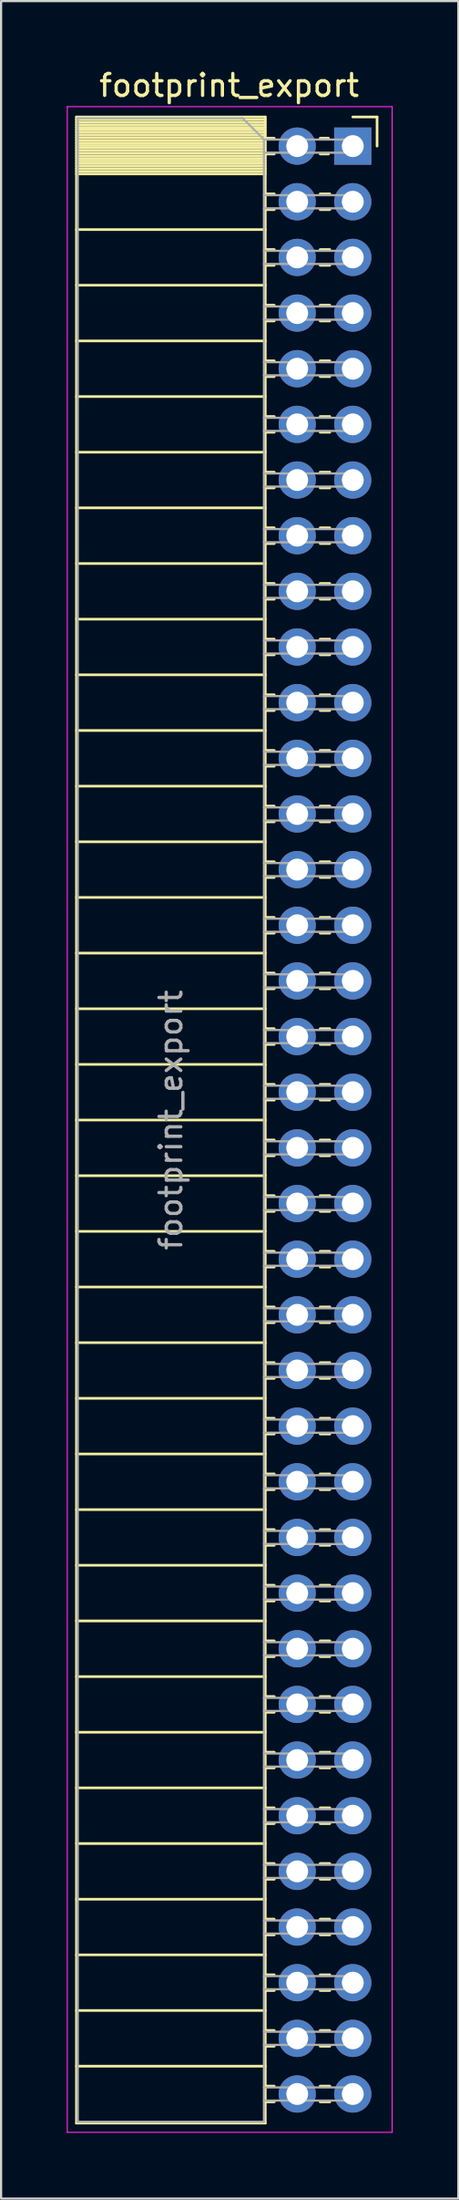
<source format=kicad_pcb>
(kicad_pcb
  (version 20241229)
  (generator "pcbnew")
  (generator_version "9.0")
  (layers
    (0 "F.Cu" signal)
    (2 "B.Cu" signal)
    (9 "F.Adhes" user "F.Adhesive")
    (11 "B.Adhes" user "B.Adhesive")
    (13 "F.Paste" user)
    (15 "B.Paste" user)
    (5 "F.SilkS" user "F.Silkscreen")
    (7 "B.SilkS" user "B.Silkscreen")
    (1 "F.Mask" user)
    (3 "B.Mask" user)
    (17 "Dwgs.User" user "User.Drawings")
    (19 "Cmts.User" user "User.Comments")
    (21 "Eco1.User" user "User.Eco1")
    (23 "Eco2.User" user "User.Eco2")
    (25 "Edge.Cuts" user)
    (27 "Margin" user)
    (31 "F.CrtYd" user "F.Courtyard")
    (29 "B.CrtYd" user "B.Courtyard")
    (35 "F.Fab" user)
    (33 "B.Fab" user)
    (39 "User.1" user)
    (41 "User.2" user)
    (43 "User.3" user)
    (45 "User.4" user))
  (footprint "footprint_export"
    (layer "F.Cu")
    (at 13.075 3.618)
    (property "Reference" "footprint_export" (at -5.65 -2.77 0) (layer "F.SilkS") (effects (font (size 1 1) (thickness 0.15))))
    (attr through_hole)
    (fp_line (start -12.63 -1.33) (end -12.63 90.23) (stroke (width 0.12) (type solid)) (layer "F.SilkS"))
    (fp_line (start -12.63 -1.33) (end -4 -1.33) (stroke (width 0.12) (type solid)) (layer "F.SilkS"))
    (fp_line (start -12.63 -1.21) (end -4 -1.21) (stroke (width 0.12) (type solid)) (layer "F.SilkS"))
    (fp_line (start -12.63 -1.092) (end -4 -1.092) (stroke (width 0.12) (type solid)) (layer "F.SilkS"))
    (fp_line (start -12.63 -0.974) (end -4 -0.974) (stroke (width 0.12) (type solid)) (layer "F.SilkS"))
    (fp_line (start -12.63 -0.856) (end -4 -0.856) (stroke (width 0.12) (type solid)) (layer "F.SilkS"))
    (fp_line (start -12.63 -0.738) (end -4 -0.738) (stroke (width 0.12) (type solid)) (layer "F.SilkS"))
    (fp_line (start -12.63 -0.62) (end -4 -0.62) (stroke (width 0.12) (type solid)) (layer "F.SilkS"))
    (fp_line (start -12.63 -0.501) (end -4 -0.501) (stroke (width 0.12) (type solid)) (layer "F.SilkS"))
    (fp_line (start -12.63 -0.383) (end -4 -0.383) (stroke (width 0.12) (type solid)) (layer "F.SilkS"))
    (fp_line (start -12.63 -0.265) (end -4 -0.265) (stroke (width 0.12) (type solid)) (layer "F.SilkS"))
    (fp_line (start -12.63 -0.147) (end -4 -0.147) (stroke (width 0.12) (type solid)) (layer "F.SilkS"))
    (fp_line (start -12.63 -0.029) (end -4 -0.029) (stroke (width 0.12) (type solid)) (layer "F.SilkS"))
    (fp_line (start -12.63 0.089) (end -4 0.089) (stroke (width 0.12) (type solid)) (layer "F.SilkS"))
    (fp_line (start -12.63 0.207) (end -4 0.207) (stroke (width 0.12) (type solid)) (layer "F.SilkS"))
    (fp_line (start -12.63 0.325) (end -4 0.325) (stroke (width 0.12) (type solid)) (layer "F.SilkS"))
    (fp_line (start -12.63 0.443) (end -4 0.443) (stroke (width 0.12) (type solid)) (layer "F.SilkS"))
    (fp_line (start -12.63 0.561) (end -4 0.561) (stroke (width 0.12) (type solid)) (layer "F.SilkS"))
    (fp_line (start -12.63 0.68) (end -4 0.68) (stroke (width 0.12) (type solid)) (layer "F.SilkS"))
    (fp_line (start -12.63 0.798) (end -4 0.798) (stroke (width 0.12) (type solid)) (layer "F.SilkS"))
    (fp_line (start -12.63 0.916) (end -4 0.916) (stroke (width 0.12) (type solid)) (layer "F.SilkS"))
    (fp_line (start -12.63 1.034) (end -4 1.034) (stroke (width 0.12) (type solid)) (layer "F.SilkS"))
    (fp_line (start -12.63 1.152) (end -4 1.152) (stroke (width 0.12) (type solid)) (layer "F.SilkS"))
    (fp_line (start -12.63 1.27) (end -4 1.27) (stroke (width 0.12) (type solid)) (layer "F.SilkS"))
    (fp_line (start -12.63 3.81) (end -4 3.81) (stroke (width 0.12) (type solid)) (layer "F.SilkS"))
    (fp_line (start -12.63 6.35) (end -4 6.35) (stroke (width 0.12) (type solid)) (layer "F.SilkS"))
    (fp_line (start -12.63 8.89) (end -4 8.89) (stroke (width 0.12) (type solid)) (layer "F.SilkS"))
    (fp_line (start -12.63 11.43) (end -4 11.43) (stroke (width 0.12) (type solid)) (layer "F.SilkS"))
    (fp_line (start -12.63 13.97) (end -4 13.97) (stroke (width 0.12) (type solid)) (layer "F.SilkS"))
    (fp_line (start -12.63 16.51) (end -4 16.51) (stroke (width 0.12) (type solid)) (layer "F.SilkS"))
    (fp_line (start -12.63 19.05) (end -4 19.05) (stroke (width 0.12) (type solid)) (layer "F.SilkS"))
    (fp_line (start -12.63 21.59) (end -4 21.59) (stroke (width 0.12) (type solid)) (layer "F.SilkS"))
    (fp_line (start -12.63 24.13) (end -4 24.13) (stroke (width 0.12) (type solid)) (layer "F.SilkS"))
    (fp_line (start -12.63 26.67) (end -4 26.67) (stroke (width 0.12) (type solid)) (layer "F.SilkS"))
    (fp_line (start -12.63 29.21) (end -4 29.21) (stroke (width 0.12) (type solid)) (layer "F.SilkS"))
    (fp_line (start -12.63 31.75) (end -4 31.75) (stroke (width 0.12) (type solid)) (layer "F.SilkS"))
    (fp_line (start -12.63 34.29) (end -4 34.29) (stroke (width 0.12) (type solid)) (layer "F.SilkS"))
    (fp_line (start -12.63 36.83) (end -4 36.83) (stroke (width 0.12) (type solid)) (layer "F.SilkS"))
    (fp_line (start -12.63 39.37) (end -4 39.37) (stroke (width 0.12) (type solid)) (layer "F.SilkS"))
    (fp_line (start -12.63 41.91) (end -4 41.91) (stroke (width 0.12) (type solid)) (layer "F.SilkS"))
    (fp_line (start -12.63 44.45) (end -4 44.45) (stroke (width 0.12) (type solid)) (layer "F.SilkS"))
    (fp_line (start -12.63 46.99) (end -4 46.99) (stroke (width 0.12) (type solid)) (layer "F.SilkS"))
    (fp_line (start -12.63 49.53) (end -4 49.53) (stroke (width 0.12) (type solid)) (layer "F.SilkS"))
    (fp_line (start -12.63 52.07) (end -4 52.07) (stroke (width 0.12) (type solid)) (layer "F.SilkS"))
    (fp_line (start -12.63 54.61) (end -4 54.61) (stroke (width 0.12) (type solid)) (layer "F.SilkS"))
    (fp_line (start -12.63 57.15) (end -4 57.15) (stroke (width 0.12) (type solid)) (layer "F.SilkS"))
    (fp_line (start -12.63 59.69) (end -4 59.69) (stroke (width 0.12) (type solid)) (layer "F.SilkS"))
    (fp_line (start -12.63 62.23) (end -4 62.23) (stroke (width 0.12) (type solid)) (layer "F.SilkS"))
    (fp_line (start -12.63 64.77) (end -4 64.77) (stroke (width 0.12) (type solid)) (layer "F.SilkS"))
    (fp_line (start -12.63 67.31) (end -4 67.31) (stroke (width 0.12) (type solid)) (layer "F.SilkS"))
    (fp_line (start -12.63 69.85) (end -4 69.85) (stroke (width 0.12) (type solid)) (layer "F.SilkS"))
    (fp_line (start -12.63 72.39) (end -4 72.39) (stroke (width 0.12) (type solid)) (layer "F.SilkS"))
    (fp_line (start -12.63 74.93) (end -4 74.93) (stroke (width 0.12) (type solid)) (layer "F.SilkS"))
    (fp_line (start -12.63 77.47) (end -4 77.47) (stroke (width 0.12) (type solid)) (layer "F.SilkS"))
    (fp_line (start -12.63 80.01) (end -4 80.01) (stroke (width 0.12) (type solid)) (layer "F.SilkS"))
    (fp_line (start -12.63 82.55) (end -4 82.55) (stroke (width 0.12) (type solid)) (layer "F.SilkS"))
    (fp_line (start -12.63 85.09) (end -4 85.09) (stroke (width 0.12) (type solid)) (layer "F.SilkS"))
    (fp_line (start -12.63 87.63) (end -4 87.63) (stroke (width 0.12) (type solid)) (layer "F.SilkS"))
    (fp_line (start -12.63 90.23) (end -4 90.23) (stroke (width 0.12) (type solid)) (layer "F.SilkS"))
    (fp_line (start -4 -1.33) (end -4 90.23) (stroke (width 0.12) (type solid)) (layer "F.SilkS"))
    (fp_line (start -4 -0.36) (end -3.59 -0.36) (stroke (width 0.12) (type solid)) (layer "F.SilkS"))
    (fp_line (start -4 0.36) (end -3.59 0.36) (stroke (width 0.12) (type solid)) (layer "F.SilkS"))
    (fp_line (start -4 2.18) (end -3.59 2.18) (stroke (width 0.12) (type solid)) (layer "F.SilkS"))
    (fp_line (start -4 2.9) (end -3.59 2.9) (stroke (width 0.12) (type solid)) (layer "F.SilkS"))
    (fp_line (start -4 4.72) (end -3.59 4.72) (stroke (width 0.12) (type solid)) (layer "F.SilkS"))
    (fp_line (start -4 5.44) (end -3.59 5.44) (stroke (width 0.12) (type solid)) (layer "F.SilkS"))
    (fp_line (start -4 7.26) (end -3.59 7.26) (stroke (width 0.12) (type solid)) (layer "F.SilkS"))
    (fp_line (start -4 7.98) (end -3.59 7.98) (stroke (width 0.12) (type solid)) (layer "F.SilkS"))
    (fp_line (start -4 9.8) (end -3.59 9.8) (stroke (width 0.12) (type solid)) (layer "F.SilkS"))
    (fp_line (start -4 10.52) (end -3.59 10.52) (stroke (width 0.12) (type solid)) (layer "F.SilkS"))
    (fp_line (start -4 12.34) (end -3.59 12.34) (stroke (width 0.12) (type solid)) (layer "F.SilkS"))
    (fp_line (start -4 13.06) (end -3.59 13.06) (stroke (width 0.12) (type solid)) (layer "F.SilkS"))
    (fp_line (start -4 14.88) (end -3.59 14.88) (stroke (width 0.12) (type solid)) (layer "F.SilkS"))
    (fp_line (start -4 15.6) (end -3.59 15.6) (stroke (width 0.12) (type solid)) (layer "F.SilkS"))
    (fp_line (start -4 17.42) (end -3.59 17.42) (stroke (width 0.12) (type solid)) (layer "F.SilkS"))
    (fp_line (start -4 18.14) (end -3.59 18.14) (stroke (width 0.12) (type solid)) (layer "F.SilkS"))
    (fp_line (start -4 19.96) (end -3.59 19.96) (stroke (width 0.12) (type solid)) (layer "F.SilkS"))
    (fp_line (start -4 20.68) (end -3.59 20.68) (stroke (width 0.12) (type solid)) (layer "F.SilkS"))
    (fp_line (start -4 22.5) (end -3.59 22.5) (stroke (width 0.12) (type solid)) (layer "F.SilkS"))
    (fp_line (start -4 23.22) (end -3.59 23.22) (stroke (width 0.12) (type solid)) (layer "F.SilkS"))
    (fp_line (start -4 25.04) (end -3.59 25.04) (stroke (width 0.12) (type solid)) (layer "F.SilkS"))
    (fp_line (start -4 25.76) (end -3.59 25.76) (stroke (width 0.12) (type solid)) (layer "F.SilkS"))
    (fp_line (start -4 27.58) (end -3.59 27.58) (stroke (width 0.12) (type solid)) (layer "F.SilkS"))
    (fp_line (start -4 28.3) (end -3.59 28.3) (stroke (width 0.12) (type solid)) (layer "F.SilkS"))
    (fp_line (start -4 30.12) (end -3.59 30.12) (stroke (width 0.12) (type solid)) (layer "F.SilkS"))
    (fp_line (start -4 30.84) (end -3.59 30.84) (stroke (width 0.12) (type solid)) (layer "F.SilkS"))
    (fp_line (start -4 32.66) (end -3.59 32.66) (stroke (width 0.12) (type solid)) (layer "F.SilkS"))
    (fp_line (start -4 33.38) (end -3.59 33.38) (stroke (width 0.12) (type solid)) (layer "F.SilkS"))
    (fp_line (start -4 35.2) (end -3.59 35.2) (stroke (width 0.12) (type solid)) (layer "F.SilkS"))
    (fp_line (start -4 35.92) (end -3.59 35.92) (stroke (width 0.12) (type solid)) (layer "F.SilkS"))
    (fp_line (start -4 37.74) (end -3.59 37.74) (stroke (width 0.12) (type solid)) (layer "F.SilkS"))
    (fp_line (start -4 38.46) (end -3.59 38.46) (stroke (width 0.12) (type solid)) (layer "F.SilkS"))
    (fp_line (start -4 40.28) (end -3.59 40.28) (stroke (width 0.12) (type solid)) (layer "F.SilkS"))
    (fp_line (start -4 41) (end -3.59 41) (stroke (width 0.12) (type solid)) (layer "F.SilkS"))
    (fp_line (start -4 42.82) (end -3.59 42.82) (stroke (width 0.12) (type solid)) (layer "F.SilkS"))
    (fp_line (start -4 43.54) (end -3.59 43.54) (stroke (width 0.12) (type solid)) (layer "F.SilkS"))
    (fp_line (start -4 45.36) (end -3.59 45.36) (stroke (width 0.12) (type solid)) (layer "F.SilkS"))
    (fp_line (start -4 46.08) (end -3.59 46.08) (stroke (width 0.12) (type solid)) (layer "F.SilkS"))
    (fp_line (start -4 47.9) (end -3.59 47.9) (stroke (width 0.12) (type solid)) (layer "F.SilkS"))
    (fp_line (start -4 48.62) (end -3.59 48.62) (stroke (width 0.12) (type solid)) (layer "F.SilkS"))
    (fp_line (start -4 50.44) (end -3.59 50.44) (stroke (width 0.12) (type solid)) (layer "F.SilkS"))
    (fp_line (start -4 51.16) (end -3.59 51.16) (stroke (width 0.12) (type solid)) (layer "F.SilkS"))
    (fp_line (start -4 52.98) (end -3.59 52.98) (stroke (width 0.12) (type solid)) (layer "F.SilkS"))
    (fp_line (start -4 53.7) (end -3.59 53.7) (stroke (width 0.12) (type solid)) (layer "F.SilkS"))
    (fp_line (start -4 55.52) (end -3.59 55.52) (stroke (width 0.12) (type solid)) (layer "F.SilkS"))
    (fp_line (start -4 56.24) (end -3.59 56.24) (stroke (width 0.12) (type solid)) (layer "F.SilkS"))
    (fp_line (start -4 58.06) (end -3.59 58.06) (stroke (width 0.12) (type solid)) (layer "F.SilkS"))
    (fp_line (start -4 58.78) (end -3.59 58.78) (stroke (width 0.12) (type solid)) (layer "F.SilkS"))
    (fp_line (start -4 60.6) (end -3.59 60.6) (stroke (width 0.12) (type solid)) (layer "F.SilkS"))
    (fp_line (start -4 61.32) (end -3.59 61.32) (stroke (width 0.12) (type solid)) (layer "F.SilkS"))
    (fp_line (start -4 63.14) (end -3.59 63.14) (stroke (width 0.12) (type solid)) (layer "F.SilkS"))
    (fp_line (start -4 63.86) (end -3.59 63.86) (stroke (width 0.12) (type solid)) (layer "F.SilkS"))
    (fp_line (start -4 65.68) (end -3.59 65.68) (stroke (width 0.12) (type solid)) (layer "F.SilkS"))
    (fp_line (start -4 66.4) (end -3.59 66.4) (stroke (width 0.12) (type solid)) (layer "F.SilkS"))
    (fp_line (start -4 68.22) (end -3.59 68.22) (stroke (width 0.12) (type solid)) (layer "F.SilkS"))
    (fp_line (start -4 68.94) (end -3.59 68.94) (stroke (width 0.12) (type solid)) (layer "F.SilkS"))
    (fp_line (start -4 70.76) (end -3.59 70.76) (stroke (width 0.12) (type solid)) (layer "F.SilkS"))
    (fp_line (start -4 71.48) (end -3.59 71.48) (stroke (width 0.12) (type solid)) (layer "F.SilkS"))
    (fp_line (start -4 73.3) (end -3.59 73.3) (stroke (width 0.12) (type solid)) (layer "F.SilkS"))
    (fp_line (start -4 74.02) (end -3.59 74.02) (stroke (width 0.12) (type solid)) (layer "F.SilkS"))
    (fp_line (start -4 75.84) (end -3.59 75.84) (stroke (width 0.12) (type solid)) (layer "F.SilkS"))
    (fp_line (start -4 76.56) (end -3.59 76.56) (stroke (width 0.12) (type solid)) (layer "F.SilkS"))
    (fp_line (start -4 78.38) (end -3.59 78.38) (stroke (width 0.12) (type solid)) (layer "F.SilkS"))
    (fp_line (start -4 79.1) (end -3.59 79.1) (stroke (width 0.12) (type solid)) (layer "F.SilkS"))
    (fp_line (start -4 80.92) (end -3.59 80.92) (stroke (width 0.12) (type solid)) (layer "F.SilkS"))
    (fp_line (start -4 81.64) (end -3.59 81.64) (stroke (width 0.12) (type solid)) (layer "F.SilkS"))
    (fp_line (start -4 83.46) (end -3.59 83.46) (stroke (width 0.12) (type solid)) (layer "F.SilkS"))
    (fp_line (start -4 84.18) (end -3.59 84.18) (stroke (width 0.12) (type solid)) (layer "F.SilkS"))
    (fp_line (start -4 86) (end -3.59 86) (stroke (width 0.12) (type solid)) (layer "F.SilkS"))
    (fp_line (start -4 86.72) (end -3.59 86.72) (stroke (width 0.12) (type solid)) (layer "F.SilkS"))
    (fp_line (start -4 88.54) (end -3.59 88.54) (stroke (width 0.12) (type solid)) (layer "F.SilkS"))
    (fp_line (start -4 89.26) (end -3.59 89.26) (stroke (width 0.12) (type solid)) (layer "F.SilkS"))
    (fp_line (start -1.49 -0.36) (end -1.11 -0.36) (stroke (width 0.12) (type solid)) (layer "F.SilkS"))
    (fp_line (start -1.49 0.36) (end -1.11 0.36) (stroke (width 0.12) (type solid)) (layer "F.SilkS"))
    (fp_line (start -1.49 2.18) (end -1.05 2.18) (stroke (width 0.12) (type solid)) (layer "F.SilkS"))
    (fp_line (start -1.49 2.9) (end -1.05 2.9) (stroke (width 0.12) (type solid)) (layer "F.SilkS"))
    (fp_line (start -1.49 4.72) (end -1.05 4.72) (stroke (width 0.12) (type solid)) (layer "F.SilkS"))
    (fp_line (start -1.49 5.44) (end -1.05 5.44) (stroke (width 0.12) (type solid)) (layer "F.SilkS"))
    (fp_line (start -1.49 7.26) (end -1.05 7.26) (stroke (width 0.12) (type solid)) (layer "F.SilkS"))
    (fp_line (start -1.49 7.98) (end -1.05 7.98) (stroke (width 0.12) (type solid)) (layer "F.SilkS"))
    (fp_line (start -1.49 9.8) (end -1.05 9.8) (stroke (width 0.12) (type solid)) (layer "F.SilkS"))
    (fp_line (start -1.49 10.52) (end -1.05 10.52) (stroke (width 0.12) (type solid)) (layer "F.SilkS"))
    (fp_line (start -1.49 12.34) (end -1.05 12.34) (stroke (width 0.12) (type solid)) (layer "F.SilkS"))
    (fp_line (start -1.49 13.06) (end -1.05 13.06) (stroke (width 0.12) (type solid)) (layer "F.SilkS"))
    (fp_line (start -1.49 14.88) (end -1.05 14.88) (stroke (width 0.12) (type solid)) (layer "F.SilkS"))
    (fp_line (start -1.49 15.6) (end -1.05 15.6) (stroke (width 0.12) (type solid)) (layer "F.SilkS"))
    (fp_line (start -1.49 17.42) (end -1.05 17.42) (stroke (width 0.12) (type solid)) (layer "F.SilkS"))
    (fp_line (start -1.49 18.14) (end -1.05 18.14) (stroke (width 0.12) (type solid)) (layer "F.SilkS"))
    (fp_line (start -1.49 19.96) (end -1.05 19.96) (stroke (width 0.12) (type solid)) (layer "F.SilkS"))
    (fp_line (start -1.49 20.68) (end -1.05 20.68) (stroke (width 0.12) (type solid)) (layer "F.SilkS"))
    (fp_line (start -1.49 22.5) (end -1.05 22.5) (stroke (width 0.12) (type solid)) (layer "F.SilkS"))
    (fp_line (start -1.49 23.22) (end -1.05 23.22) (stroke (width 0.12) (type solid)) (layer "F.SilkS"))
    (fp_line (start -1.49 25.04) (end -1.05 25.04) (stroke (width 0.12) (type solid)) (layer "F.SilkS"))
    (fp_line (start -1.49 25.76) (end -1.05 25.76) (stroke (width 0.12) (type solid)) (layer "F.SilkS"))
    (fp_line (start -1.49 27.58) (end -1.05 27.58) (stroke (width 0.12) (type solid)) (layer "F.SilkS"))
    (fp_line (start -1.49 28.3) (end -1.05 28.3) (stroke (width 0.12) (type solid)) (layer "F.SilkS"))
    (fp_line (start -1.49 30.12) (end -1.05 30.12) (stroke (width 0.12) (type solid)) (layer "F.SilkS"))
    (fp_line (start -1.49 30.84) (end -1.05 30.84) (stroke (width 0.12) (type solid)) (layer "F.SilkS"))
    (fp_line (start -1.49 32.66) (end -1.05 32.66) (stroke (width 0.12) (type solid)) (layer "F.SilkS"))
    (fp_line (start -1.49 33.38) (end -1.05 33.38) (stroke (width 0.12) (type solid)) (layer "F.SilkS"))
    (fp_line (start -1.49 35.2) (end -1.05 35.2) (stroke (width 0.12) (type solid)) (layer "F.SilkS"))
    (fp_line (start -1.49 35.92) (end -1.05 35.92) (stroke (width 0.12) (type solid)) (layer "F.SilkS"))
    (fp_line (start -1.49 37.74) (end -1.05 37.74) (stroke (width 0.12) (type solid)) (layer "F.SilkS"))
    (fp_line (start -1.49 38.46) (end -1.05 38.46) (stroke (width 0.12) (type solid)) (layer "F.SilkS"))
    (fp_line (start -1.49 40.28) (end -1.05 40.28) (stroke (width 0.12) (type solid)) (layer "F.SilkS"))
    (fp_line (start -1.49 41) (end -1.05 41) (stroke (width 0.12) (type solid)) (layer "F.SilkS"))
    (fp_line (start -1.49 42.82) (end -1.05 42.82) (stroke (width 0.12) (type solid)) (layer "F.SilkS"))
    (fp_line (start -1.49 43.54) (end -1.05 43.54) (stroke (width 0.12) (type solid)) (layer "F.SilkS"))
    (fp_line (start -1.49 45.36) (end -1.05 45.36) (stroke (width 0.12) (type solid)) (layer "F.SilkS"))
    (fp_line (start -1.49 46.08) (end -1.05 46.08) (stroke (width 0.12) (type solid)) (layer "F.SilkS"))
    (fp_line (start -1.49 47.9) (end -1.05 47.9) (stroke (width 0.12) (type solid)) (layer "F.SilkS"))
    (fp_line (start -1.49 48.62) (end -1.05 48.62) (stroke (width 0.12) (type solid)) (layer "F.SilkS"))
    (fp_line (start -1.49 50.44) (end -1.05 50.44) (stroke (width 0.12) (type solid)) (layer "F.SilkS"))
    (fp_line (start -1.49 51.16) (end -1.05 51.16) (stroke (width 0.12) (type solid)) (layer "F.SilkS"))
    (fp_line (start -1.49 52.98) (end -1.05 52.98) (stroke (width 0.12) (type solid)) (layer "F.SilkS"))
    (fp_line (start -1.49 53.7) (end -1.05 53.7) (stroke (width 0.12) (type solid)) (layer "F.SilkS"))
    (fp_line (start -1.49 55.52) (end -1.05 55.52) (stroke (width 0.12) (type solid)) (layer "F.SilkS"))
    (fp_line (start -1.49 56.24) (end -1.05 56.24) (stroke (width 0.12) (type solid)) (layer "F.SilkS"))
    (fp_line (start -1.49 58.06) (end -1.05 58.06) (stroke (width 0.12) (type solid)) (layer "F.SilkS"))
    (fp_line (start -1.49 58.78) (end -1.05 58.78) (stroke (width 0.12) (type solid)) (layer "F.SilkS"))
    (fp_line (start -1.49 60.6) (end -1.05 60.6) (stroke (width 0.12) (type solid)) (layer "F.SilkS"))
    (fp_line (start -1.49 61.32) (end -1.05 61.32) (stroke (width 0.12) (type solid)) (layer "F.SilkS"))
    (fp_line (start -1.49 63.14) (end -1.05 63.14) (stroke (width 0.12) (type solid)) (layer "F.SilkS"))
    (fp_line (start -1.49 63.86) (end -1.05 63.86) (stroke (width 0.12) (type solid)) (layer "F.SilkS"))
    (fp_line (start -1.49 65.68) (end -1.05 65.68) (stroke (width 0.12) (type solid)) (layer "F.SilkS"))
    (fp_line (start -1.49 66.4) (end -1.05 66.4) (stroke (width 0.12) (type solid)) (layer "F.SilkS"))
    (fp_line (start -1.49 68.22) (end -1.05 68.22) (stroke (width 0.12) (type solid)) (layer "F.SilkS"))
    (fp_line (start -1.49 68.94) (end -1.05 68.94) (stroke (width 0.12) (type solid)) (layer "F.SilkS"))
    (fp_line (start -1.49 70.76) (end -1.05 70.76) (stroke (width 0.12) (type solid)) (layer "F.SilkS"))
    (fp_line (start -1.49 71.48) (end -1.05 71.48) (stroke (width 0.12) (type solid)) (layer "F.SilkS"))
    (fp_line (start -1.49 73.3) (end -1.05 73.3) (stroke (width 0.12) (type solid)) (layer "F.SilkS"))
    (fp_line (start -1.49 74.02) (end -1.05 74.02) (stroke (width 0.12) (type solid)) (layer "F.SilkS"))
    (fp_line (start -1.49 75.84) (end -1.05 75.84) (stroke (width 0.12) (type solid)) (layer "F.SilkS"))
    (fp_line (start -1.49 76.56) (end -1.05 76.56) (stroke (width 0.12) (type solid)) (layer "F.SilkS"))
    (fp_line (start -1.49 78.38) (end -1.05 78.38) (stroke (width 0.12) (type solid)) (layer "F.SilkS"))
    (fp_line (start -1.49 79.1) (end -1.05 79.1) (stroke (width 0.12) (type solid)) (layer "F.SilkS"))
    (fp_line (start -1.49 80.92) (end -1.05 80.92) (stroke (width 0.12) (type solid)) (layer "F.SilkS"))
    (fp_line (start -1.49 81.64) (end -1.05 81.64) (stroke (width 0.12) (type solid)) (layer "F.SilkS"))
    (fp_line (start -1.49 83.46) (end -1.05 83.46) (stroke (width 0.12) (type solid)) (layer "F.SilkS"))
    (fp_line (start -1.49 84.18) (end -1.05 84.18) (stroke (width 0.12) (type solid)) (layer "F.SilkS"))
    (fp_line (start -1.49 86) (end -1.05 86) (stroke (width 0.12) (type solid)) (layer "F.SilkS"))
    (fp_line (start -1.49 86.72) (end -1.05 86.72) (stroke (width 0.12) (type solid)) (layer "F.SilkS"))
    (fp_line (start -1.49 88.54) (end -1.05 88.54) (stroke (width 0.12) (type solid)) (layer "F.SilkS"))
    (fp_line (start -1.49 89.26) (end -1.05 89.26) (stroke (width 0.12) (type solid)) (layer "F.SilkS"))
    (fp_line (start 0 -1.33) (end 1.11 -1.33) (stroke (width 0.12) (type solid)) (layer "F.SilkS"))
    (fp_line (start 1.11 -1.33) (end 1.11 0) (stroke (width 0.12) (type solid)) (layer "F.SilkS"))
    (fp_line (start -13.05 -1.8) (end -13.05 90.65) (stroke (width 0.05) (type solid)) (layer "F.CrtYd"))
    (fp_line (start -13.05 90.65) (end 1.8 90.65) (stroke (width 0.05) (type solid)) (layer "F.CrtYd"))
    (fp_line (start 1.8 -1.8) (end -13.05 -1.8) (stroke (width 0.05) (type solid)) (layer "F.CrtYd"))
    (fp_line (start 1.8 90.65) (end 1.8 -1.8) (stroke (width 0.05) (type solid)) (layer "F.CrtYd"))
    (fp_line (start -12.57 -1.27) (end -5.03 -1.27) (stroke (width 0.1) (type solid)) (layer "F.Fab"))
    (fp_line (start -12.57 90.17) (end -12.57 -1.27) (stroke (width 0.1) (type solid)) (layer "F.Fab"))
    (fp_line (start -5.03 -1.27) (end -4.06 -0.3) (stroke (width 0.1) (type solid)) (layer "F.Fab"))
    (fp_line (start -4.06 -0.3) (end -4.06 90.17) (stroke (width 0.1) (type solid)) (layer "F.Fab"))
    (fp_line (start -4.06 0.3) (end 0 0.3) (stroke (width 0.1) (type solid)) (layer "F.Fab"))
    (fp_line (start -4.06 2.84) (end 0 2.84) (stroke (width 0.1) (type solid)) (layer "F.Fab"))
    (fp_line (start -4.06 5.38) (end 0 5.38) (stroke (width 0.1) (type solid)) (layer "F.Fab"))
    (fp_line (start -4.06 7.92) (end 0 7.92) (stroke (width 0.1) (type solid)) (layer "F.Fab"))
    (fp_line (start -4.06 10.46) (end 0 10.46) (stroke (width 0.1) (type solid)) (layer "F.Fab"))
    (fp_line (start -4.06 13) (end 0 13) (stroke (width 0.1) (type solid)) (layer "F.Fab"))
    (fp_line (start -4.06 15.54) (end 0 15.54) (stroke (width 0.1) (type solid)) (layer "F.Fab"))
    (fp_line (start -4.06 18.08) (end 0 18.08) (stroke (width 0.1) (type solid)) (layer "F.Fab"))
    (fp_line (start -4.06 20.62) (end 0 20.62) (stroke (width 0.1) (type solid)) (layer "F.Fab"))
    (fp_line (start -4.06 23.16) (end 0 23.16) (stroke (width 0.1) (type solid)) (layer "F.Fab"))
    (fp_line (start -4.06 25.7) (end 0 25.7) (stroke (width 0.1) (type solid)) (layer "F.Fab"))
    (fp_line (start -4.06 28.24) (end 0 28.24) (stroke (width 0.1) (type solid)) (layer "F.Fab"))
    (fp_line (start -4.06 30.78) (end 0 30.78) (stroke (width 0.1) (type solid)) (layer "F.Fab"))
    (fp_line (start -4.06 33.32) (end 0 33.32) (stroke (width 0.1) (type solid)) (layer "F.Fab"))
    (fp_line (start -4.06 35.86) (end 0 35.86) (stroke (width 0.1) (type solid)) (layer "F.Fab"))
    (fp_line (start -4.06 38.4) (end 0 38.4) (stroke (width 0.1) (type solid)) (layer "F.Fab"))
    (fp_line (start -4.06 40.94) (end 0 40.94) (stroke (width 0.1) (type solid)) (layer "F.Fab"))
    (fp_line (start -4.06 43.48) (end 0 43.48) (stroke (width 0.1) (type solid)) (layer "F.Fab"))
    (fp_line (start -4.06 46.02) (end 0 46.02) (stroke (width 0.1) (type solid)) (layer "F.Fab"))
    (fp_line (start -4.06 48.56) (end 0 48.56) (stroke (width 0.1) (type solid)) (layer "F.Fab"))
    (fp_line (start -4.06 51.1) (end 0 51.1) (stroke (width 0.1) (type solid)) (layer "F.Fab"))
    (fp_line (start -4.06 53.64) (end 0 53.64) (stroke (width 0.1) (type solid)) (layer "F.Fab"))
    (fp_line (start -4.06 56.18) (end 0 56.18) (stroke (width 0.1) (type solid)) (layer "F.Fab"))
    (fp_line (start -4.06 58.72) (end 0 58.72) (stroke (width 0.1) (type solid)) (layer "F.Fab"))
    (fp_line (start -4.06 61.26) (end 0 61.26) (stroke (width 0.1) (type solid)) (layer "F.Fab"))
    (fp_line (start -4.06 63.8) (end 0 63.8) (stroke (width 0.1) (type solid)) (layer "F.Fab"))
    (fp_line (start -4.06 66.34) (end 0 66.34) (stroke (width 0.1) (type solid)) (layer "F.Fab"))
    (fp_line (start -4.06 68.88) (end 0 68.88) (stroke (width 0.1) (type solid)) (layer "F.Fab"))
    (fp_line (start -4.06 71.42) (end 0 71.42) (stroke (width 0.1) (type solid)) (layer "F.Fab"))
    (fp_line (start -4.06 73.96) (end 0 73.96) (stroke (width 0.1) (type solid)) (layer "F.Fab"))
    (fp_line (start -4.06 76.5) (end 0 76.5) (stroke (width 0.1) (type solid)) (layer "F.Fab"))
    (fp_line (start -4.06 79.04) (end 0 79.04) (stroke (width 0.1) (type solid)) (layer "F.Fab"))
    (fp_line (start -4.06 81.58) (end 0 81.58) (stroke (width 0.1) (type solid)) (layer "F.Fab"))
    (fp_line (start -4.06 84.12) (end 0 84.12) (stroke (width 0.1) (type solid)) (layer "F.Fab"))
    (fp_line (start -4.06 86.66) (end 0 86.66) (stroke (width 0.1) (type solid)) (layer "F.Fab"))
    (fp_line (start -4.06 89.2) (end 0 89.2) (stroke (width 0.1) (type solid)) (layer "F.Fab"))
    (fp_line (start -4.06 90.17) (end -12.57 90.17) (stroke (width 0.1) (type solid)) (layer "F.Fab"))
    (fp_line (start 0 -0.3) (end -4.06 -0.3) (stroke (width 0.1) (type solid)) (layer "F.Fab"))
    (fp_line (start 0 0.3) (end 0 -0.3) (stroke (width 0.1) (type solid)) (layer "F.Fab"))
    (fp_line (start 0 2.24) (end -4.06 2.24) (stroke (width 0.1) (type solid)) (layer "F.Fab"))
    (fp_line (start 0 2.84) (end 0 2.24) (stroke (width 0.1) (type solid)) (layer "F.Fab"))
    (fp_line (start 0 4.78) (end -4.06 4.78) (stroke (width 0.1) (type solid)) (layer "F.Fab"))
    (fp_line (start 0 5.38) (end 0 4.78) (stroke (width 0.1) (type solid)) (layer "F.Fab"))
    (fp_line (start 0 7.32) (end -4.06 7.32) (stroke (width 0.1) (type solid)) (layer "F.Fab"))
    (fp_line (start 0 7.92) (end 0 7.32) (stroke (width 0.1) (type solid)) (layer "F.Fab"))
    (fp_line (start 0 9.86) (end -4.06 9.86) (stroke (width 0.1) (type solid)) (layer "F.Fab"))
    (fp_line (start 0 10.46) (end 0 9.86) (stroke (width 0.1) (type solid)) (layer "F.Fab"))
    (fp_line (start 0 12.4) (end -4.06 12.4) (stroke (width 0.1) (type solid)) (layer "F.Fab"))
    (fp_line (start 0 13) (end 0 12.4) (stroke (width 0.1) (type solid)) (layer "F.Fab"))
    (fp_line (start 0 14.94) (end -4.06 14.94) (stroke (width 0.1) (type solid)) (layer "F.Fab"))
    (fp_line (start 0 15.54) (end 0 14.94) (stroke (width 0.1) (type solid)) (layer "F.Fab"))
    (fp_line (start 0 17.48) (end -4.06 17.48) (stroke (width 0.1) (type solid)) (layer "F.Fab"))
    (fp_line (start 0 18.08) (end 0 17.48) (stroke (width 0.1) (type solid)) (layer "F.Fab"))
    (fp_line (start 0 20.02) (end -4.06 20.02) (stroke (width 0.1) (type solid)) (layer "F.Fab"))
    (fp_line (start 0 20.62) (end 0 20.02) (stroke (width 0.1) (type solid)) (layer "F.Fab"))
    (fp_line (start 0 22.56) (end -4.06 22.56) (stroke (width 0.1) (type solid)) (layer "F.Fab"))
    (fp_line (start 0 23.16) (end 0 22.56) (stroke (width 0.1) (type solid)) (layer "F.Fab"))
    (fp_line (start 0 25.1) (end -4.06 25.1) (stroke (width 0.1) (type solid)) (layer "F.Fab"))
    (fp_line (start 0 25.7) (end 0 25.1) (stroke (width 0.1) (type solid)) (layer "F.Fab"))
    (fp_line (start 0 27.64) (end -4.06 27.64) (stroke (width 0.1) (type solid)) (layer "F.Fab"))
    (fp_line (start 0 28.24) (end 0 27.64) (stroke (width 0.1) (type solid)) (layer "F.Fab"))
    (fp_line (start 0 30.18) (end -4.06 30.18) (stroke (width 0.1) (type solid)) (layer "F.Fab"))
    (fp_line (start 0 30.78) (end 0 30.18) (stroke (width 0.1) (type solid)) (layer "F.Fab"))
    (fp_line (start 0 32.72) (end -4.06 32.72) (stroke (width 0.1) (type solid)) (layer "F.Fab"))
    (fp_line (start 0 33.32) (end 0 32.72) (stroke (width 0.1) (type solid)) (layer "F.Fab"))
    (fp_line (start 0 35.26) (end -4.06 35.26) (stroke (width 0.1) (type solid)) (layer "F.Fab"))
    (fp_line (start 0 35.86) (end 0 35.26) (stroke (width 0.1) (type solid)) (layer "F.Fab"))
    (fp_line (start 0 37.8) (end -4.06 37.8) (stroke (width 0.1) (type solid)) (layer "F.Fab"))
    (fp_line (start 0 38.4) (end 0 37.8) (stroke (width 0.1) (type solid)) (layer "F.Fab"))
    (fp_line (start 0 40.34) (end -4.06 40.34) (stroke (width 0.1) (type solid)) (layer "F.Fab"))
    (fp_line (start 0 40.94) (end 0 40.34) (stroke (width 0.1) (type solid)) (layer "F.Fab"))
    (fp_line (start 0 42.88) (end -4.06 42.88) (stroke (width 0.1) (type solid)) (layer "F.Fab"))
    (fp_line (start 0 43.48) (end 0 42.88) (stroke (width 0.1) (type solid)) (layer "F.Fab"))
    (fp_line (start 0 45.42) (end -4.06 45.42) (stroke (width 0.1) (type solid)) (layer "F.Fab"))
    (fp_line (start 0 46.02) (end 0 45.42) (stroke (width 0.1) (type solid)) (layer "F.Fab"))
    (fp_line (start 0 47.96) (end -4.06 47.96) (stroke (width 0.1) (type solid)) (layer "F.Fab"))
    (fp_line (start 0 48.56) (end 0 47.96) (stroke (width 0.1) (type solid)) (layer "F.Fab"))
    (fp_line (start 0 50.5) (end -4.06 50.5) (stroke (width 0.1) (type solid)) (layer "F.Fab"))
    (fp_line (start 0 51.1) (end 0 50.5) (stroke (width 0.1) (type solid)) (layer "F.Fab"))
    (fp_line (start 0 53.04) (end -4.06 53.04) (stroke (width 0.1) (type solid)) (layer "F.Fab"))
    (fp_line (start 0 53.64) (end 0 53.04) (stroke (width 0.1) (type solid)) (layer "F.Fab"))
    (fp_line (start 0 55.58) (end -4.06 55.58) (stroke (width 0.1) (type solid)) (layer "F.Fab"))
    (fp_line (start 0 56.18) (end 0 55.58) (stroke (width 0.1) (type solid)) (layer "F.Fab"))
    (fp_line (start 0 58.12) (end -4.06 58.12) (stroke (width 0.1) (type solid)) (layer "F.Fab"))
    (fp_line (start 0 58.72) (end 0 58.12) (stroke (width 0.1) (type solid)) (layer "F.Fab"))
    (fp_line (start 0 60.66) (end -4.06 60.66) (stroke (width 0.1) (type solid)) (layer "F.Fab"))
    (fp_line (start 0 61.26) (end 0 60.66) (stroke (width 0.1) (type solid)) (layer "F.Fab"))
    (fp_line (start 0 63.2) (end -4.06 63.2) (stroke (width 0.1) (type solid)) (layer "F.Fab"))
    (fp_line (start 0 63.8) (end 0 63.2) (stroke (width 0.1) (type solid)) (layer "F.Fab"))
    (fp_line (start 0 65.74) (end -4.06 65.74) (stroke (width 0.1) (type solid)) (layer "F.Fab"))
    (fp_line (start 0 66.34) (end 0 65.74) (stroke (width 0.1) (type solid)) (layer "F.Fab"))
    (fp_line (start 0 68.28) (end -4.06 68.28) (stroke (width 0.1) (type solid)) (layer "F.Fab"))
    (fp_line (start 0 68.88) (end 0 68.28) (stroke (width 0.1) (type solid)) (layer "F.Fab"))
    (fp_line (start 0 70.82) (end -4.06 70.82) (stroke (width 0.1) (type solid)) (layer "F.Fab"))
    (fp_line (start 0 71.42) (end 0 70.82) (stroke (width 0.1) (type solid)) (layer "F.Fab"))
    (fp_line (start 0 73.36) (end -4.06 73.36) (stroke (width 0.1) (type solid)) (layer "F.Fab"))
    (fp_line (start 0 73.96) (end 0 73.36) (stroke (width 0.1) (type solid)) (layer "F.Fab"))
    (fp_line (start 0 75.9) (end -4.06 75.9) (stroke (width 0.1) (type solid)) (layer "F.Fab"))
    (fp_line (start 0 76.5) (end 0 75.9) (stroke (width 0.1) (type solid)) (layer "F.Fab"))
    (fp_line (start 0 78.44) (end -4.06 78.44) (stroke (width 0.1) (type solid)) (layer "F.Fab"))
    (fp_line (start 0 79.04) (end 0 78.44) (stroke (width 0.1) (type solid)) (layer "F.Fab"))
    (fp_line (start 0 80.98) (end -4.06 80.98) (stroke (width 0.1) (type solid)) (layer "F.Fab"))
    (fp_line (start 0 81.58) (end 0 80.98) (stroke (width 0.1) (type solid)) (layer "F.Fab"))
    (fp_line (start 0 83.52) (end -4.06 83.52) (stroke (width 0.1) (type solid)) (layer "F.Fab"))
    (fp_line (start 0 84.12) (end 0 83.52) (stroke (width 0.1) (type solid)) (layer "F.Fab"))
    (fp_line (start 0 86.06) (end -4.06 86.06) (stroke (width 0.1) (type solid)) (layer "F.Fab"))
    (fp_line (start 0 86.66) (end 0 86.06) (stroke (width 0.1) (type solid)) (layer "F.Fab"))
    (fp_line (start 0 88.6) (end -4.06 88.6) (stroke (width 0.1) (type solid)) (layer "F.Fab"))
    (fp_line (start 0 89.2) (end 0 88.6) (stroke (width 0.1) (type solid)) (layer "F.Fab"))
    (fp_text user "${REFERENCE}" (at -8.315 44.45 90) (layer "F.Fab") (effects (font (size 1 1) (thickness 0.15))))
    (pad "1" thru_hole rect (at 0 0) (size 1.7 1.7) (drill 1) (layers "*.Cu" "*.Mask"))
    (pad "2" thru_hole oval (at -2.54 0) (size 1.7 1.7) (drill 1) (layers "*.Cu" "*.Mask"))
    (pad "3" thru_hole oval (at 0 2.54) (size 1.7 1.7) (drill 1) (layers "*.Cu" "*.Mask"))
    (pad "4" thru_hole oval (at -2.54 2.54) (size 1.7 1.7) (drill 1) (layers "*.Cu" "*.Mask"))
    (pad "5" thru_hole oval (at 0 5.08) (size 1.7 1.7) (drill 1) (layers "*.Cu" "*.Mask"))
    (pad "6" thru_hole oval (at -2.54 5.08) (size 1.7 1.7) (drill 1) (layers "*.Cu" "*.Mask"))
    (pad "7" thru_hole oval (at 0 7.62) (size 1.7 1.7) (drill 1) (layers "*.Cu" "*.Mask"))
    (pad "8" thru_hole oval (at -2.54 7.62) (size 1.7 1.7) (drill 1) (layers "*.Cu" "*.Mask"))
    (pad "9" thru_hole oval (at 0 10.16) (size 1.7 1.7) (drill 1) (layers "*.Cu" "*.Mask"))
    (pad "10" thru_hole oval (at -2.54 10.16) (size 1.7 1.7) (drill 1) (layers "*.Cu" "*.Mask"))
    (pad "11" thru_hole oval (at 0 12.7) (size 1.7 1.7) (drill 1) (layers "*.Cu" "*.Mask"))
    (pad "12" thru_hole oval (at -2.54 12.7) (size 1.7 1.7) (drill 1) (layers "*.Cu" "*.Mask"))
    (pad "13" thru_hole oval (at 0 15.24) (size 1.7 1.7) (drill 1) (layers "*.Cu" "*.Mask"))
    (pad "14" thru_hole oval (at -2.54 15.24) (size 1.7 1.7) (drill 1) (layers "*.Cu" "*.Mask"))
    (pad "15" thru_hole oval (at 0 17.78) (size 1.7 1.7) (drill 1) (layers "*.Cu" "*.Mask"))
    (pad "16" thru_hole oval (at -2.54 17.78) (size 1.7 1.7) (drill 1) (layers "*.Cu" "*.Mask"))
    (pad "17" thru_hole oval (at 0 20.32) (size 1.7 1.7) (drill 1) (layers "*.Cu" "*.Mask"))
    (pad "18" thru_hole oval (at -2.54 20.32) (size 1.7 1.7) (drill 1) (layers "*.Cu" "*.Mask"))
    (pad "19" thru_hole oval (at 0 22.86) (size 1.7 1.7) (drill 1) (layers "*.Cu" "*.Mask"))
    (pad "20" thru_hole oval (at -2.54 22.86) (size 1.7 1.7) (drill 1) (layers "*.Cu" "*.Mask"))
    (pad "21" thru_hole oval (at 0 25.4) (size 1.7 1.7) (drill 1) (layers "*.Cu" "*.Mask"))
    (pad "22" thru_hole oval (at -2.54 25.4) (size 1.7 1.7) (drill 1) (layers "*.Cu" "*.Mask"))
    (pad "23" thru_hole oval (at 0 27.94) (size 1.7 1.7) (drill 1) (layers "*.Cu" "*.Mask"))
    (pad "24" thru_hole oval (at -2.54 27.94) (size 1.7 1.7) (drill 1) (layers "*.Cu" "*.Mask"))
    (pad "25" thru_hole oval (at 0 30.48) (size 1.7 1.7) (drill 1) (layers "*.Cu" "*.Mask"))
    (pad "26" thru_hole oval (at -2.54 30.48) (size 1.7 1.7) (drill 1) (layers "*.Cu" "*.Mask"))
    (pad "27" thru_hole oval (at 0 33.02) (size 1.7 1.7) (drill 1) (layers "*.Cu" "*.Mask"))
    (pad "28" thru_hole oval (at -2.54 33.02) (size 1.7 1.7) (drill 1) (layers "*.Cu" "*.Mask"))
    (pad "29" thru_hole oval (at 0 35.56) (size 1.7 1.7) (drill 1) (layers "*.Cu" "*.Mask"))
    (pad "30" thru_hole oval (at -2.54 35.56) (size 1.7 1.7) (drill 1) (layers "*.Cu" "*.Mask"))
    (pad "31" thru_hole oval (at 0 38.1) (size 1.7 1.7) (drill 1) (layers "*.Cu" "*.Mask"))
    (pad "32" thru_hole oval (at -2.54 38.1) (size 1.7 1.7) (drill 1) (layers "*.Cu" "*.Mask"))
    (pad "33" thru_hole oval (at 0 40.64) (size 1.7 1.7) (drill 1) (layers "*.Cu" "*.Mask"))
    (pad "34" thru_hole oval (at -2.54 40.64) (size 1.7 1.7) (drill 1) (layers "*.Cu" "*.Mask"))
    (pad "35" thru_hole oval (at 0 43.18) (size 1.7 1.7) (drill 1) (layers "*.Cu" "*.Mask"))
    (pad "36" thru_hole oval (at -2.54 43.18) (size 1.7 1.7) (drill 1) (layers "*.Cu" "*.Mask"))
    (pad "37" thru_hole oval (at 0 45.72) (size 1.7 1.7) (drill 1) (layers "*.Cu" "*.Mask"))
    (pad "38" thru_hole oval (at -2.54 45.72) (size 1.7 1.7) (drill 1) (layers "*.Cu" "*.Mask"))
    (pad "39" thru_hole oval (at 0 48.26) (size 1.7 1.7) (drill 1) (layers "*.Cu" "*.Mask"))
    (pad "40" thru_hole oval (at -2.54 48.26) (size 1.7 1.7) (drill 1) (layers "*.Cu" "*.Mask"))
    (pad "41" thru_hole oval (at 0 50.8) (size 1.7 1.7) (drill 1) (layers "*.Cu" "*.Mask"))
    (pad "42" thru_hole oval (at -2.54 50.8) (size 1.7 1.7) (drill 1) (layers "*.Cu" "*.Mask"))
    (pad "43" thru_hole oval (at 0 53.34) (size 1.7 1.7) (drill 1) (layers "*.Cu" "*.Mask"))
    (pad "44" thru_hole oval (at -2.54 53.34) (size 1.7 1.7) (drill 1) (layers "*.Cu" "*.Mask"))
    (pad "45" thru_hole oval (at 0 55.88) (size 1.7 1.7) (drill 1) (layers "*.Cu" "*.Mask"))
    (pad "46" thru_hole oval (at -2.54 55.88) (size 1.7 1.7) (drill 1) (layers "*.Cu" "*.Mask"))
    (pad "47" thru_hole oval (at 0 58.42) (size 1.7 1.7) (drill 1) (layers "*.Cu" "*.Mask"))
    (pad "48" thru_hole oval (at -2.54 58.42) (size 1.7 1.7) (drill 1) (layers "*.Cu" "*.Mask"))
    (pad "49" thru_hole oval (at 0 60.96) (size 1.7 1.7) (drill 1) (layers "*.Cu" "*.Mask"))
    (pad "50" thru_hole oval (at -2.54 60.96) (size 1.7 1.7) (drill 1) (layers "*.Cu" "*.Mask"))
    (pad "51" thru_hole oval (at 0 63.5) (size 1.7 1.7) (drill 1) (layers "*.Cu" "*.Mask"))
    (pad "52" thru_hole oval (at -2.54 63.5) (size 1.7 1.7) (drill 1) (layers "*.Cu" "*.Mask"))
    (pad "53" thru_hole oval (at 0 66.04) (size 1.7 1.7) (drill 1) (layers "*.Cu" "*.Mask"))
    (pad "54" thru_hole oval (at -2.54 66.04) (size 1.7 1.7) (drill 1) (layers "*.Cu" "*.Mask"))
    (pad "55" thru_hole oval (at 0 68.58) (size 1.7 1.7) (drill 1) (layers "*.Cu" "*.Mask"))
    (pad "56" thru_hole oval (at -2.54 68.58) (size 1.7 1.7) (drill 1) (layers "*.Cu" "*.Mask"))
    (pad "57" thru_hole oval (at 0 71.12) (size 1.7 1.7) (drill 1) (layers "*.Cu" "*.Mask"))
    (pad "58" thru_hole oval (at -2.54 71.12) (size 1.7 1.7) (drill 1) (layers "*.Cu" "*.Mask"))
    (pad "59" thru_hole oval (at 0 73.66) (size 1.7 1.7) (drill 1) (layers "*.Cu" "*.Mask"))
    (pad "60" thru_hole oval (at -2.54 73.66) (size 1.7 1.7) (drill 1) (layers "*.Cu" "*.Mask"))
    (pad "61" thru_hole oval (at 0 76.2) (size 1.7 1.7) (drill 1) (layers "*.Cu" "*.Mask"))
    (pad "62" thru_hole oval (at -2.54 76.2) (size 1.7 1.7) (drill 1) (layers "*.Cu" "*.Mask"))
    (pad "63" thru_hole oval (at 0 78.74) (size 1.7 1.7) (drill 1) (layers "*.Cu" "*.Mask"))
    (pad "64" thru_hole oval (at -2.54 78.74) (size 1.7 1.7) (drill 1) (layers "*.Cu" "*.Mask"))
    (pad "65" thru_hole oval (at 0 81.28) (size 1.7 1.7) (drill 1) (layers "*.Cu" "*.Mask"))
    (pad "66" thru_hole oval (at -2.54 81.28) (size 1.7 1.7) (drill 1) (layers "*.Cu" "*.Mask"))
    (pad "67" thru_hole oval (at 0 83.82) (size 1.7 1.7) (drill 1) (layers "*.Cu" "*.Mask"))
    (pad "68" thru_hole oval (at -2.54 83.82) (size 1.7 1.7) (drill 1) (layers "*.Cu" "*.Mask"))
    (pad "69" thru_hole oval (at 0 86.36) (size 1.7 1.7) (drill 1) (layers "*.Cu" "*.Mask"))
    (pad "70" thru_hole oval (at -2.54 86.36) (size 1.7 1.7) (drill 1) (layers "*.Cu" "*.Mask"))
    (pad "71" thru_hole oval (at 0 88.9) (size 1.7 1.7) (drill 1) (layers "*.Cu" "*.Mask"))
    (pad "72" thru_hole oval (at -2.54 88.9) (size 1.7 1.7) (drill 1) (layers "*.Cu" "*.Mask")))
  (gr_rect
    (start -3 -3)
    (end 17.9 97.293)
    (stroke (width 0.1) (type default))
    (fill no)
    (layer "Edge.Cuts")))
</source>
